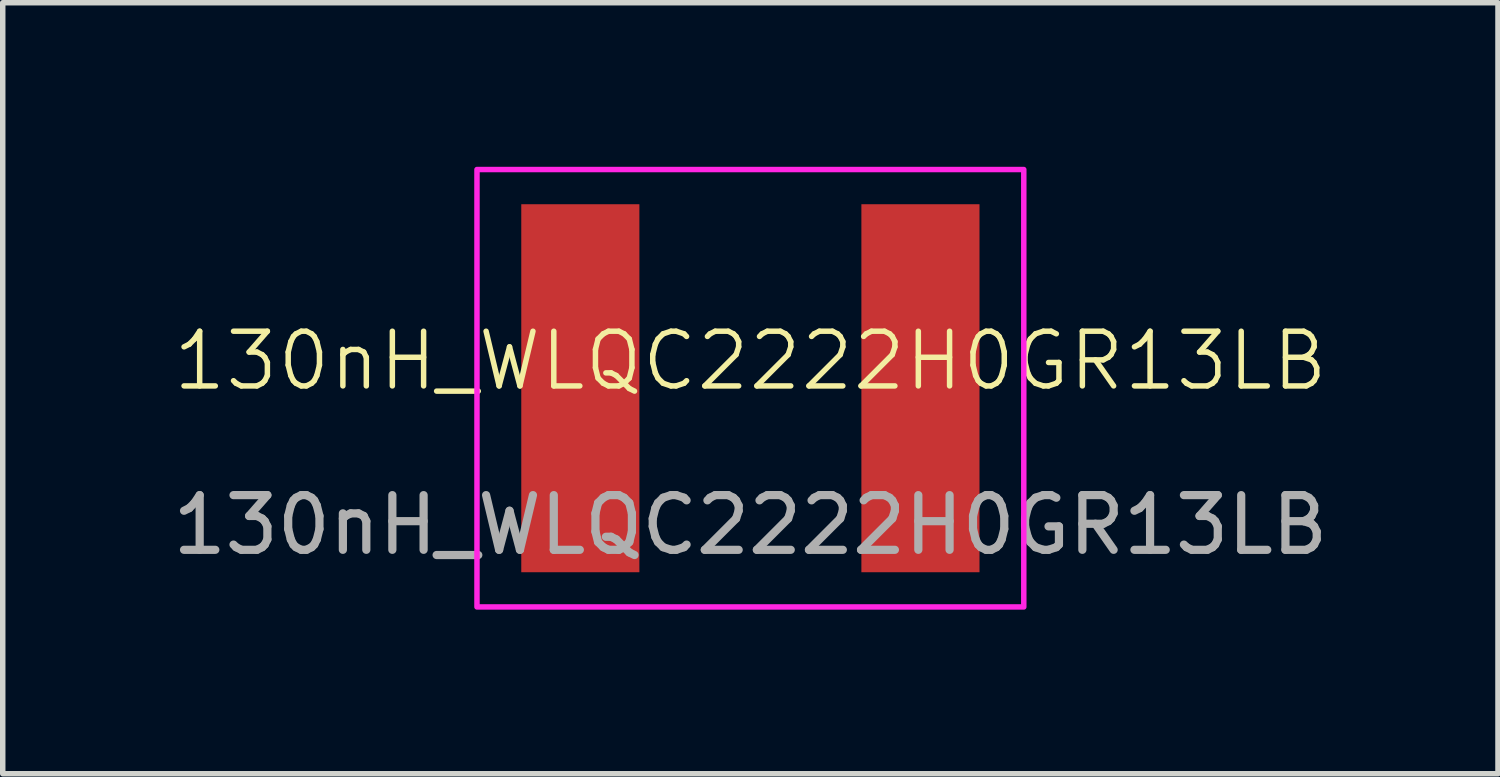
<source format=kicad_pcb>
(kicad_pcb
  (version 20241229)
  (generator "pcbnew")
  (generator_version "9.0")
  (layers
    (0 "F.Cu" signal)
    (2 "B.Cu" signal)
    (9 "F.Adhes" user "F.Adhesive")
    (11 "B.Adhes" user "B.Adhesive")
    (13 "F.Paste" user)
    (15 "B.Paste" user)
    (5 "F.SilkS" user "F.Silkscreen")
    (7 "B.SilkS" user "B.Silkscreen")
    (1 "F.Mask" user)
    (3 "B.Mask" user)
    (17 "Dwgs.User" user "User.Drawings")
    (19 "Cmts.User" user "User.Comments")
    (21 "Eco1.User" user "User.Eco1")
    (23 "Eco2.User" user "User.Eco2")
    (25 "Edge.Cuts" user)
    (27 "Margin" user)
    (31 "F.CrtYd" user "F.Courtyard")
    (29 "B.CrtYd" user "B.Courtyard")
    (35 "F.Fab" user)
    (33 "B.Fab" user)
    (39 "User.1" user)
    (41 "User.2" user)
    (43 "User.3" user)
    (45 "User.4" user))
  (footprint "130nH_WLQC2222H0GR13LB"
    (layer "F.Cu")
    (at 10.673 4.05)
    (property "Reference" "130nH_WLQC2222H0GR13LB" (at 0 -0.5 0) (unlocked yes) (layer "F.SilkS") (effects (font (size 1 1) (thickness 0.1))))
    (attr smd)
    (fp_rect (start -5 -4) (end 5 4) (stroke (width 0.1) (type default)) (fill no) (layer "F.CrtYd"))
    (fp_text user "${REFERENCE}" (at 0 2.5 0) (unlocked yes) (layer "F.Fab") (effects (font (size 1 1) (thickness 0.15))))
    (pad "1" smd rect (at -3.11 0) (size 2.16 6.73) (layers "F.Cu" "F.Mask" "F.Paste"))
    (pad "2" smd rect (at 3.11 0) (size 2.16 6.73) (layers "F.Cu" "F.Mask" "F.Paste")))
  (gr_rect
    (start -3 -3)
    (end 24.345 11.1)
    (stroke (width 0.1) (type default))
    (fill no)
    (layer "Edge.Cuts")))
</source>
